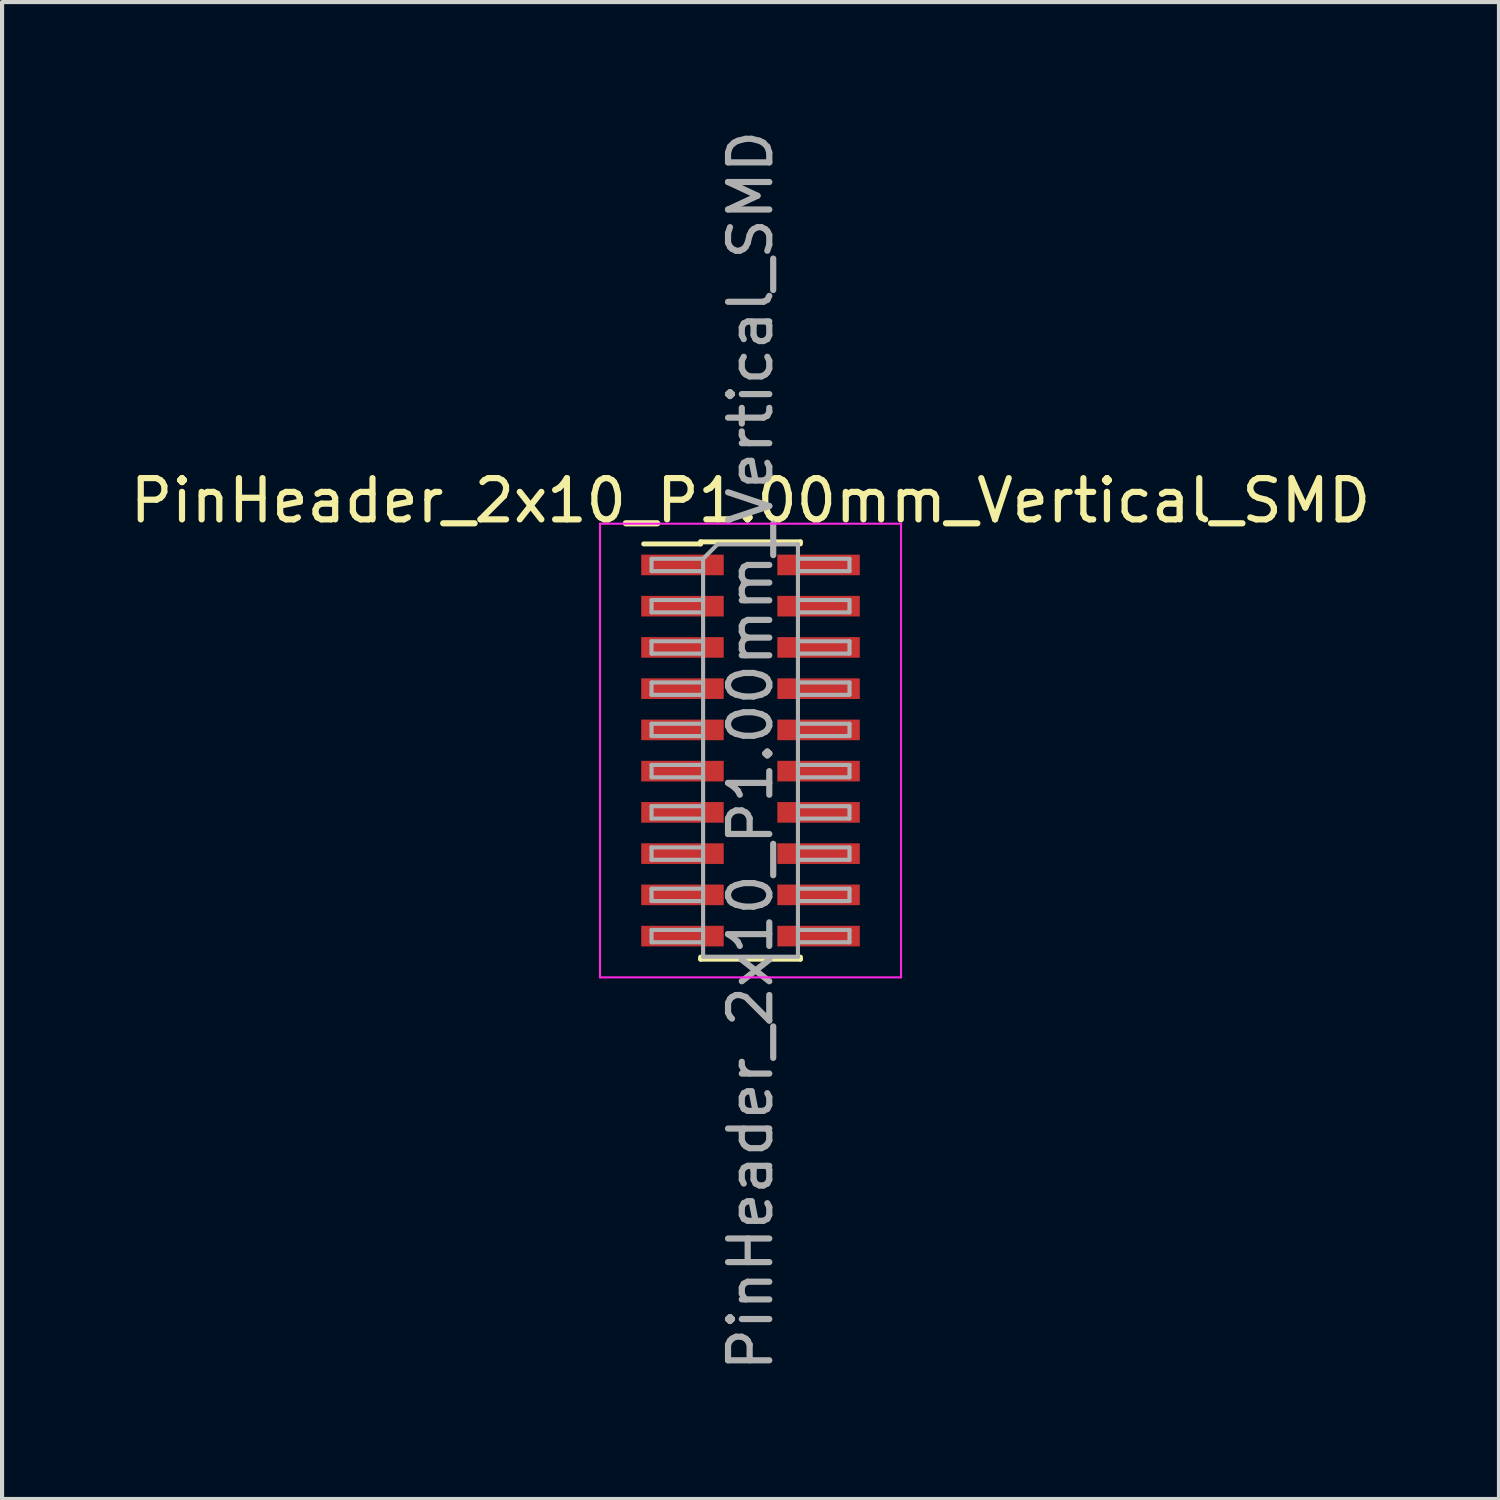
<source format=kicad_pcb>
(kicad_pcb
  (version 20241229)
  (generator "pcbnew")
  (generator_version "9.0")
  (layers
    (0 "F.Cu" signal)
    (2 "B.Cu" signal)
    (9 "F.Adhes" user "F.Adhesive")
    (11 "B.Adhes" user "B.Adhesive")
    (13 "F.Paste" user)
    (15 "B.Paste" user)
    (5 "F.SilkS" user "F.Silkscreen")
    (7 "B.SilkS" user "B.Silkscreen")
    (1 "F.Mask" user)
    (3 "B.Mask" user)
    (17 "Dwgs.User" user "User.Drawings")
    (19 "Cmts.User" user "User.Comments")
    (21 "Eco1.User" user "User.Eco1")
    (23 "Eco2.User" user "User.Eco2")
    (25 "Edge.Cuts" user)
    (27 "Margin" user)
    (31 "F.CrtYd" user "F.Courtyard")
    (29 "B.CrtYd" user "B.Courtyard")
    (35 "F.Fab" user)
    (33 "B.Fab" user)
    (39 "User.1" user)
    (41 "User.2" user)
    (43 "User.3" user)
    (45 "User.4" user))
  (footprint "PinHeader_2x10_P1.00mm_Vertical_SMD"
    (layer "F.Cu")
    (at 15.149 15.149)
    (property "Reference" "PinHeader_2x10_P1.00mm_Vertical_SMD" (at 0 -6.06 0) (layer "F.SilkS") (effects (font (size 1 1) (thickness 0.15))))
    (attr smd)
    (fp_line (start -2.59 -5.01) (end -1.21 -5.01) (stroke (width 0.12) (type solid)) (layer "F.SilkS"))
    (fp_line (start -1.21 -5.06) (end -1.21 -5.01) (stroke (width 0.12) (type solid)) (layer "F.SilkS"))
    (fp_line (start -1.21 -5.06) (end 1.21 -5.06) (stroke (width 0.12) (type solid)) (layer "F.SilkS"))
    (fp_line (start -1.21 5.01) (end -1.21 5.06) (stroke (width 0.12) (type solid)) (layer "F.SilkS"))
    (fp_line (start -1.21 5.06) (end 1.21 5.06) (stroke (width 0.12) (type solid)) (layer "F.SilkS"))
    (fp_line (start 1.21 -5.06) (end 1.21 -5.01) (stroke (width 0.12) (type solid)) (layer "F.SilkS"))
    (fp_line (start 1.21 5.01) (end 1.21 5.06) (stroke (width 0.12) (type solid)) (layer "F.SilkS"))
    (fp_line (start -3.65 -5.5) (end -3.65 5.5) (stroke (width 0.05) (type solid)) (layer "F.CrtYd"))
    (fp_line (start -3.65 5.5) (end 3.65 5.5) (stroke (width 0.05) (type solid)) (layer "F.CrtYd"))
    (fp_line (start 3.65 -5.5) (end -3.65 -5.5) (stroke (width 0.05) (type solid)) (layer "F.CrtYd"))
    (fp_line (start 3.65 5.5) (end 3.65 -5.5) (stroke (width 0.05) (type solid)) (layer "F.CrtYd"))
    (fp_line (start -2.4 -4.65) (end -2.4 -4.35) (stroke (width 0.1) (type solid)) (layer "F.Fab"))
    (fp_line (start -2.4 -4.35) (end -1.15 -4.35) (stroke (width 0.1) (type solid)) (layer "F.Fab"))
    (fp_line (start -2.4 -3.65) (end -2.4 -3.35) (stroke (width 0.1) (type solid)) (layer "F.Fab"))
    (fp_line (start -2.4 -3.35) (end -1.15 -3.35) (stroke (width 0.1) (type solid)) (layer "F.Fab"))
    (fp_line (start -2.4 -2.65) (end -2.4 -2.35) (stroke (width 0.1) (type solid)) (layer "F.Fab"))
    (fp_line (start -2.4 -2.35) (end -1.15 -2.35) (stroke (width 0.1) (type solid)) (layer "F.Fab"))
    (fp_line (start -2.4 -1.65) (end -2.4 -1.35) (stroke (width 0.1) (type solid)) (layer "F.Fab"))
    (fp_line (start -2.4 -1.35) (end -1.15 -1.35) (stroke (width 0.1) (type solid)) (layer "F.Fab"))
    (fp_line (start -2.4 -0.65) (end -2.4 -0.35) (stroke (width 0.1) (type solid)) (layer "F.Fab"))
    (fp_line (start -2.4 -0.35) (end -1.15 -0.35) (stroke (width 0.1) (type solid)) (layer "F.Fab"))
    (fp_line (start -2.4 0.35) (end -2.4 0.65) (stroke (width 0.1) (type solid)) (layer "F.Fab"))
    (fp_line (start -2.4 0.65) (end -1.15 0.65) (stroke (width 0.1) (type solid)) (layer "F.Fab"))
    (fp_line (start -2.4 1.35) (end -2.4 1.65) (stroke (width 0.1) (type solid)) (layer "F.Fab"))
    (fp_line (start -2.4 1.65) (end -1.15 1.65) (stroke (width 0.1) (type solid)) (layer "F.Fab"))
    (fp_line (start -2.4 2.35) (end -2.4 2.65) (stroke (width 0.1) (type solid)) (layer "F.Fab"))
    (fp_line (start -2.4 2.65) (end -1.15 2.65) (stroke (width 0.1) (type solid)) (layer "F.Fab"))
    (fp_line (start -2.4 3.35) (end -2.4 3.65) (stroke (width 0.1) (type solid)) (layer "F.Fab"))
    (fp_line (start -2.4 3.65) (end -1.15 3.65) (stroke (width 0.1) (type solid)) (layer "F.Fab"))
    (fp_line (start -2.4 4.35) (end -2.4 4.65) (stroke (width 0.1) (type solid)) (layer "F.Fab"))
    (fp_line (start -2.4 4.65) (end -1.15 4.65) (stroke (width 0.1) (type solid)) (layer "F.Fab"))
    (fp_line (start -1.15 -4.65) (end -2.4 -4.65) (stroke (width 0.1) (type solid)) (layer "F.Fab"))
    (fp_line (start -1.15 -4.65) (end -0.8 -5) (stroke (width 0.1) (type solid)) (layer "F.Fab"))
    (fp_line (start -1.15 -3.65) (end -2.4 -3.65) (stroke (width 0.1) (type solid)) (layer "F.Fab"))
    (fp_line (start -1.15 -2.65) (end -2.4 -2.65) (stroke (width 0.1) (type solid)) (layer "F.Fab"))
    (fp_line (start -1.15 -1.65) (end -2.4 -1.65) (stroke (width 0.1) (type solid)) (layer "F.Fab"))
    (fp_line (start -1.15 -0.65) (end -2.4 -0.65) (stroke (width 0.1) (type solid)) (layer "F.Fab"))
    (fp_line (start -1.15 0.35) (end -2.4 0.35) (stroke (width 0.1) (type solid)) (layer "F.Fab"))
    (fp_line (start -1.15 1.35) (end -2.4 1.35) (stroke (width 0.1) (type solid)) (layer "F.Fab"))
    (fp_line (start -1.15 2.35) (end -2.4 2.35) (stroke (width 0.1) (type solid)) (layer "F.Fab"))
    (fp_line (start -1.15 3.35) (end -2.4 3.35) (stroke (width 0.1) (type solid)) (layer "F.Fab"))
    (fp_line (start -1.15 4.35) (end -2.4 4.35) (stroke (width 0.1) (type solid)) (layer "F.Fab"))
    (fp_line (start -1.15 5) (end -1.15 -4.65) (stroke (width 0.1) (type solid)) (layer "F.Fab"))
    (fp_line (start -0.8 -5) (end 1.15 -5) (stroke (width 0.1) (type solid)) (layer "F.Fab"))
    (fp_line (start 1.15 -5) (end 1.15 5) (stroke (width 0.1) (type solid)) (layer "F.Fab"))
    (fp_line (start 1.15 -4.65) (end 2.4 -4.65) (stroke (width 0.1) (type solid)) (layer "F.Fab"))
    (fp_line (start 1.15 -3.65) (end 2.4 -3.65) (stroke (width 0.1) (type solid)) (layer "F.Fab"))
    (fp_line (start 1.15 -2.65) (end 2.4 -2.65) (stroke (width 0.1) (type solid)) (layer "F.Fab"))
    (fp_line (start 1.15 -1.65) (end 2.4 -1.65) (stroke (width 0.1) (type solid)) (layer "F.Fab"))
    (fp_line (start 1.15 -0.65) (end 2.4 -0.65) (stroke (width 0.1) (type solid)) (layer "F.Fab"))
    (fp_line (start 1.15 0.35) (end 2.4 0.35) (stroke (width 0.1) (type solid)) (layer "F.Fab"))
    (fp_line (start 1.15 1.35) (end 2.4 1.35) (stroke (width 0.1) (type solid)) (layer "F.Fab"))
    (fp_line (start 1.15 2.35) (end 2.4 2.35) (stroke (width 0.1) (type solid)) (layer "F.Fab"))
    (fp_line (start 1.15 3.35) (end 2.4 3.35) (stroke (width 0.1) (type solid)) (layer "F.Fab"))
    (fp_line (start 1.15 4.35) (end 2.4 4.35) (stroke (width 0.1) (type solid)) (layer "F.Fab"))
    (fp_line (start 1.15 5) (end -1.15 5) (stroke (width 0.1) (type solid)) (layer "F.Fab"))
    (fp_line (start 2.4 -4.65) (end 2.4 -4.35) (stroke (width 0.1) (type solid)) (layer "F.Fab"))
    (fp_line (start 2.4 -4.35) (end 1.15 -4.35) (stroke (width 0.1) (type solid)) (layer "F.Fab"))
    (fp_line (start 2.4 -3.65) (end 2.4 -3.35) (stroke (width 0.1) (type solid)) (layer "F.Fab"))
    (fp_line (start 2.4 -3.35) (end 1.15 -3.35) (stroke (width 0.1) (type solid)) (layer "F.Fab"))
    (fp_line (start 2.4 -2.65) (end 2.4 -2.35) (stroke (width 0.1) (type solid)) (layer "F.Fab"))
    (fp_line (start 2.4 -2.35) (end 1.15 -2.35) (stroke (width 0.1) (type solid)) (layer "F.Fab"))
    (fp_line (start 2.4 -1.65) (end 2.4 -1.35) (stroke (width 0.1) (type solid)) (layer "F.Fab"))
    (fp_line (start 2.4 -1.35) (end 1.15 -1.35) (stroke (width 0.1) (type solid)) (layer "F.Fab"))
    (fp_line (start 2.4 -0.65) (end 2.4 -0.35) (stroke (width 0.1) (type solid)) (layer "F.Fab"))
    (fp_line (start 2.4 -0.35) (end 1.15 -0.35) (stroke (width 0.1) (type solid)) (layer "F.Fab"))
    (fp_line (start 2.4 0.35) (end 2.4 0.65) (stroke (width 0.1) (type solid)) (layer "F.Fab"))
    (fp_line (start 2.4 0.65) (end 1.15 0.65) (stroke (width 0.1) (type solid)) (layer "F.Fab"))
    (fp_line (start 2.4 1.35) (end 2.4 1.65) (stroke (width 0.1) (type solid)) (layer "F.Fab"))
    (fp_line (start 2.4 1.65) (end 1.15 1.65) (stroke (width 0.1) (type solid)) (layer "F.Fab"))
    (fp_line (start 2.4 2.35) (end 2.4 2.65) (stroke (width 0.1) (type solid)) (layer "F.Fab"))
    (fp_line (start 2.4 2.65) (end 1.15 2.65) (stroke (width 0.1) (type solid)) (layer "F.Fab"))
    (fp_line (start 2.4 3.35) (end 2.4 3.65) (stroke (width 0.1) (type solid)) (layer "F.Fab"))
    (fp_line (start 2.4 3.65) (end 1.15 3.65) (stroke (width 0.1) (type solid)) (layer "F.Fab"))
    (fp_line (start 2.4 4.35) (end 2.4 4.65) (stroke (width 0.1) (type solid)) (layer "F.Fab"))
    (fp_line (start 2.4 4.65) (end 1.15 4.65) (stroke (width 0.1) (type solid)) (layer "F.Fab"))
    (fp_text user "${REFERENCE}" (at 0 0 90) (layer "F.Fab") (effects (font (size 1 1) (thickness 0.15))))
    (pad "1" smd rect (at -1.65 -4.5) (size 2 0.5) (layers "F.Cu" "F.Mask" "F.Paste"))
    (pad "2" smd rect (at 1.65 -4.5) (size 2 0.5) (layers "F.Cu" "F.Mask" "F.Paste"))
    (pad "3" smd rect (at -1.65 -3.5) (size 2 0.5) (layers "F.Cu" "F.Mask" "F.Paste"))
    (pad "4" smd rect (at 1.65 -3.5) (size 2 0.5) (layers "F.Cu" "F.Mask" "F.Paste"))
    (pad "5" smd rect (at -1.65 -2.5) (size 2 0.5) (layers "F.Cu" "F.Mask" "F.Paste"))
    (pad "6" smd rect (at 1.65 -2.5) (size 2 0.5) (layers "F.Cu" "F.Mask" "F.Paste"))
    (pad "7" smd rect (at -1.65 -1.5) (size 2 0.5) (layers "F.Cu" "F.Mask" "F.Paste"))
    (pad "8" smd rect (at 1.65 -1.5) (size 2 0.5) (layers "F.Cu" "F.Mask" "F.Paste"))
    (pad "9" smd rect (at -1.65 -0.5) (size 2 0.5) (layers "F.Cu" "F.Mask" "F.Paste"))
    (pad "10" smd rect (at 1.65 -0.5) (size 2 0.5) (layers "F.Cu" "F.Mask" "F.Paste"))
    (pad "11" smd rect (at -1.65 0.5) (size 2 0.5) (layers "F.Cu" "F.Mask" "F.Paste"))
    (pad "12" smd rect (at 1.65 0.5) (size 2 0.5) (layers "F.Cu" "F.Mask" "F.Paste"))
    (pad "13" smd rect (at -1.65 1.5) (size 2 0.5) (layers "F.Cu" "F.Mask" "F.Paste"))
    (pad "14" smd rect (at 1.65 1.5) (size 2 0.5) (layers "F.Cu" "F.Mask" "F.Paste"))
    (pad "15" smd rect (at -1.65 2.5) (size 2 0.5) (layers "F.Cu" "F.Mask" "F.Paste"))
    (pad "16" smd rect (at 1.65 2.5) (size 2 0.5) (layers "F.Cu" "F.Mask" "F.Paste"))
    (pad "17" smd rect (at -1.65 3.5) (size 2 0.5) (layers "F.Cu" "F.Mask" "F.Paste"))
    (pad "18" smd rect (at 1.65 3.5) (size 2 0.5) (layers "F.Cu" "F.Mask" "F.Paste"))
    (pad "19" smd rect (at -1.65 4.5) (size 2 0.5) (layers "F.Cu" "F.Mask" "F.Paste"))
    (pad "20" smd rect (at 1.65 4.5) (size 2 0.5) (layers "F.Cu" "F.Mask" "F.Paste")))
  (gr_rect
    (start -3 -3)
    (end 33.298 33.298)
    (stroke (width 0.1) (type default))
    (fill no)
    (layer "Edge.Cuts")))
</source>
